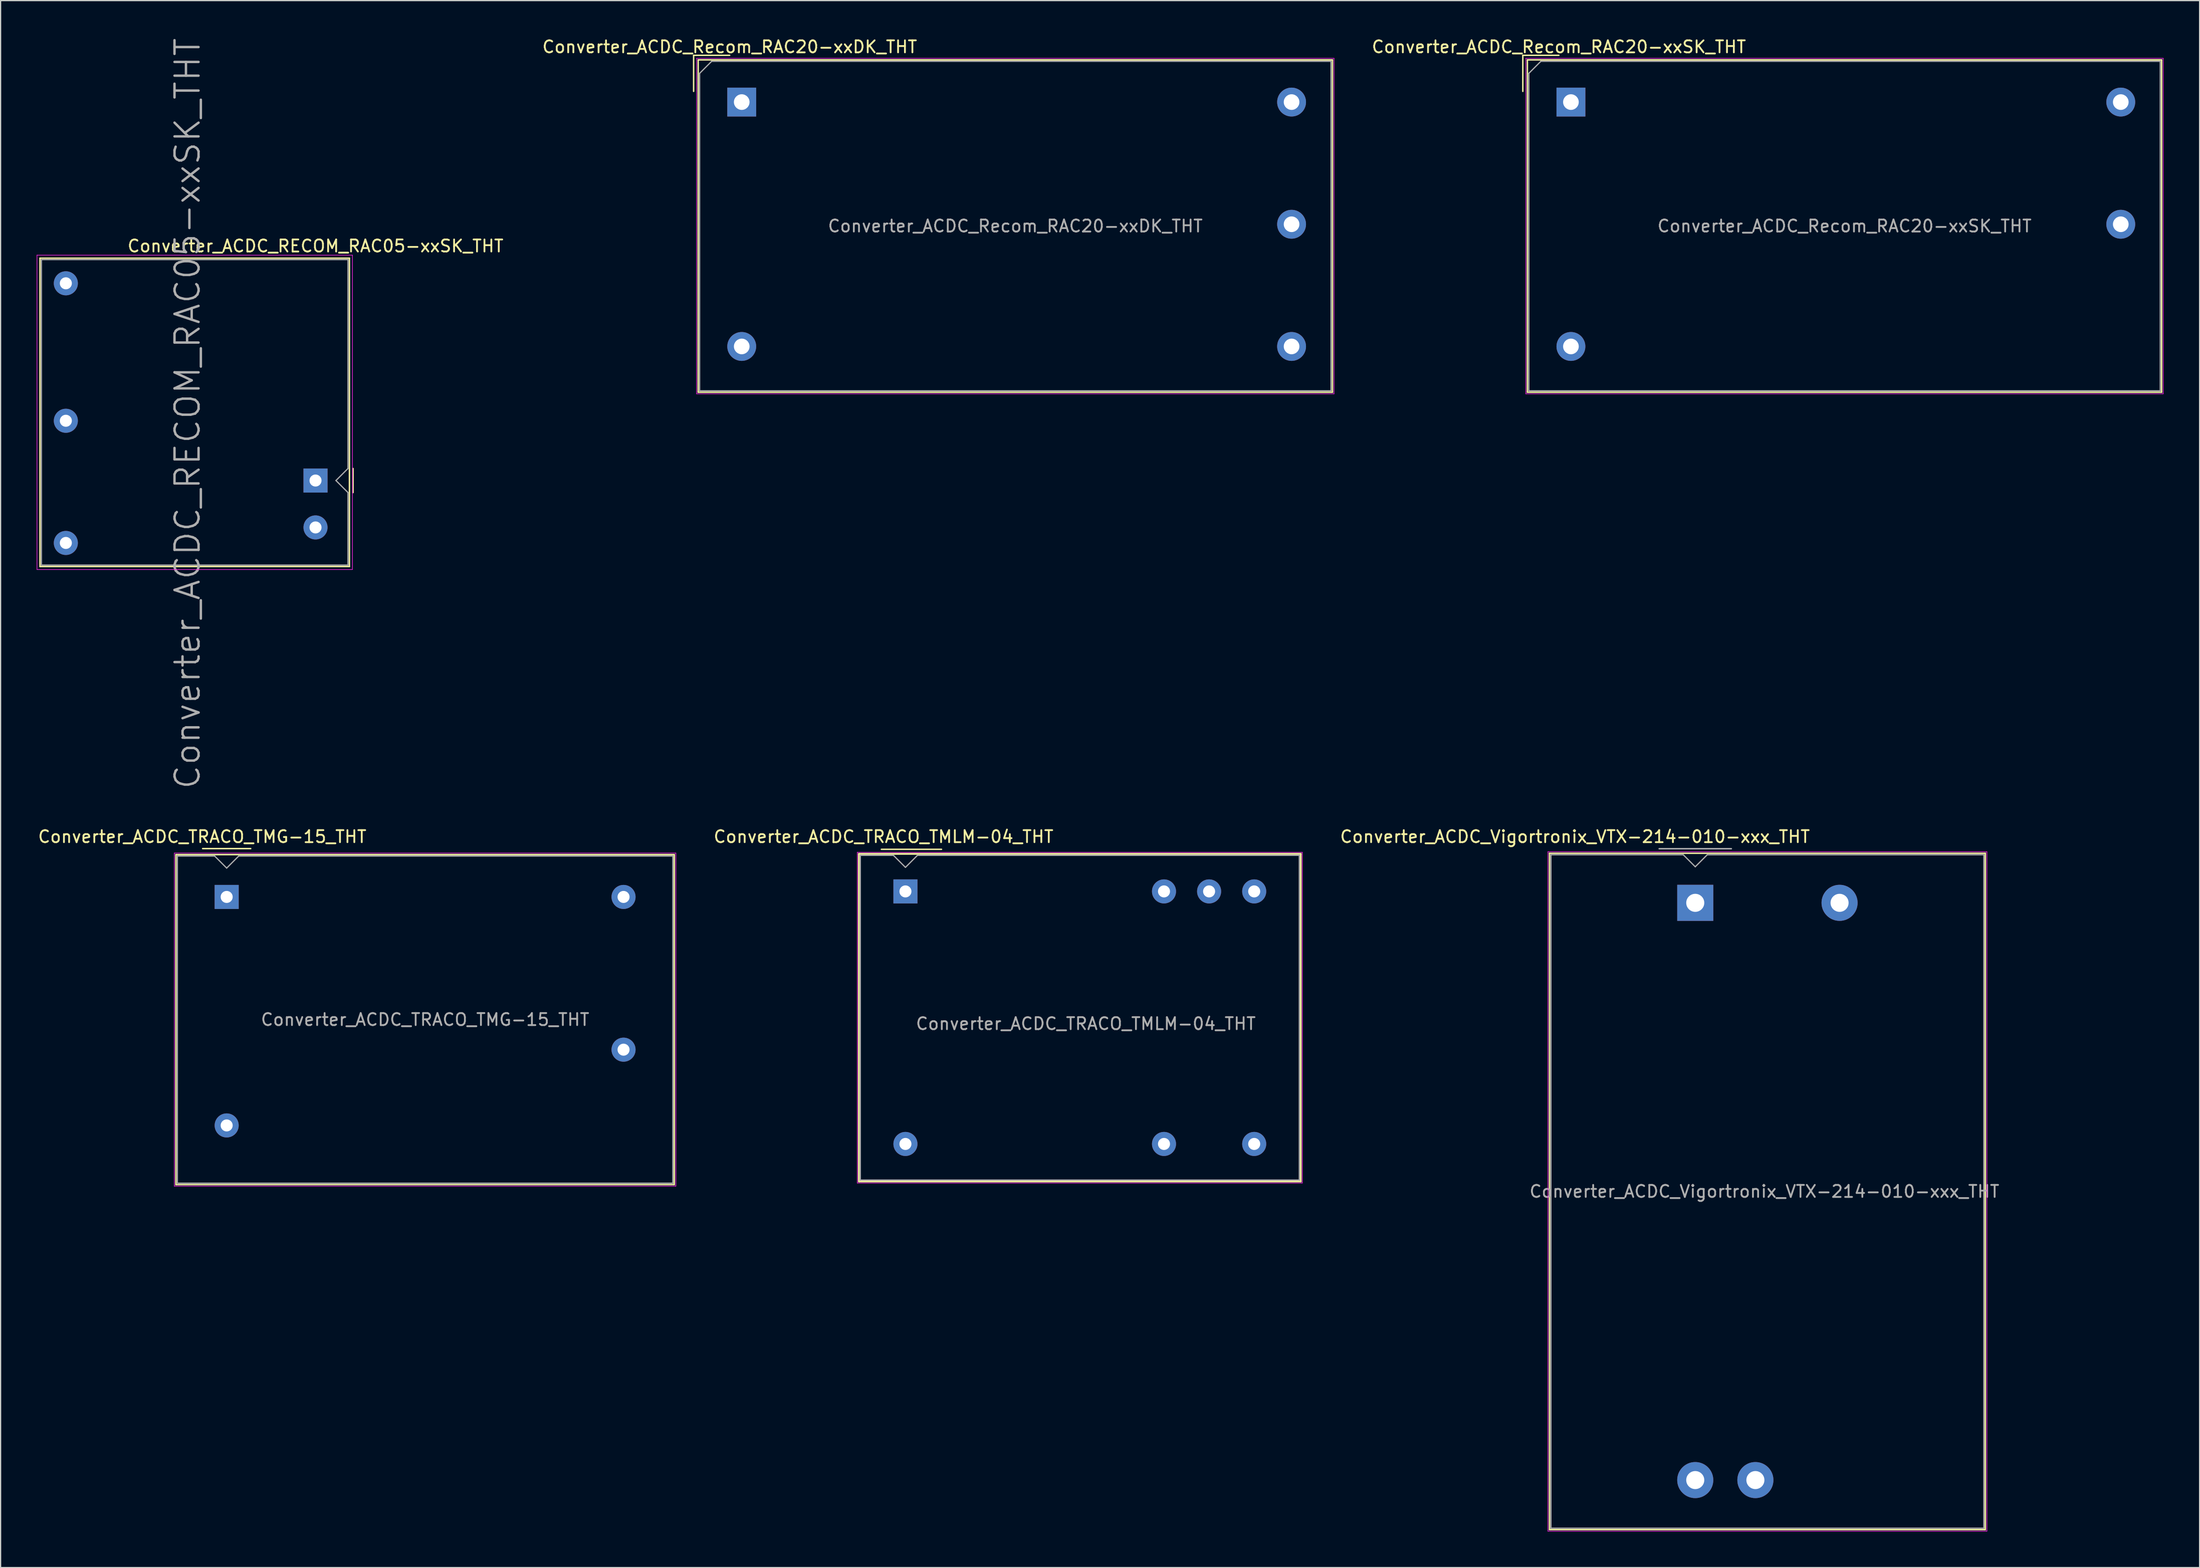
<source format=kicad_pcb>
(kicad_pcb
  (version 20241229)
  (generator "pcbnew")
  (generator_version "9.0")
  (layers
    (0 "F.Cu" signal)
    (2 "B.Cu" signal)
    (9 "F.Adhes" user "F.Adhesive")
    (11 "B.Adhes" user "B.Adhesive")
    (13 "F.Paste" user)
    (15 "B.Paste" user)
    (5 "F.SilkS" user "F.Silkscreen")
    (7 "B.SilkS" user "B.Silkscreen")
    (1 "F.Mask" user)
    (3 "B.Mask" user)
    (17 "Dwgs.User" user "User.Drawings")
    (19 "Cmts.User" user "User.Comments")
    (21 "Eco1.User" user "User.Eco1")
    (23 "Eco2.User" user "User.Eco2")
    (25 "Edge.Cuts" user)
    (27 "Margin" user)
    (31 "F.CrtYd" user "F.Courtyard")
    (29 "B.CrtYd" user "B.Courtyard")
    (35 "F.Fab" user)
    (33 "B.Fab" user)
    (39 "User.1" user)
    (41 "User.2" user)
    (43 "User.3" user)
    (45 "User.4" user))
  (footprint "Converter_ACDC_Recom_RAC20-xxSK_THT"
    (layer "F.Cu")
    (at 127.573 5.438)
    (property "Reference" "Converter_ACDC_Recom_RAC20-xxSK_THT" (at -1 -4.59 0) (layer "F.SilkS") (effects (font (size 1 1) (thickness 0.15))))
    (attr through_hole)
    (fp_line (start -4 -3.89) (end -1 -3.89) (stroke (width 0.12) (type solid)) (layer "F.SilkS"))
    (fp_line (start -4 -0.89) (end -4 -3.89) (stroke (width 0.12) (type solid)) (layer "F.SilkS"))
    (fp_line (start -3.62 -3.51) (end -3.62 24.13) (stroke (width 0.12) (type solid)) (layer "F.SilkS"))
    (fp_line (start -3.62 -3.51) (end 49.12 -3.51) (stroke (width 0.12) (type solid)) (layer "F.SilkS"))
    (fp_line (start -3.62 24.13) (end 49.12 24.13) (stroke (width 0.12) (type solid)) (layer "F.SilkS"))
    (fp_line (start 49.12 -3.51) (end 49.12 24.13) (stroke (width 0.12) (type solid)) (layer "F.SilkS"))
    (fp_line (start -3.75 -3.64) (end -3.75 24.26) (stroke (width 0.05) (type solid)) (layer "F.CrtYd"))
    (fp_line (start -3.75 -3.64) (end 49.25 -3.64) (stroke (width 0.05) (type solid)) (layer "F.CrtYd"))
    (fp_line (start -3.75 24.26) (end 49.25 24.26) (stroke (width 0.05) (type solid)) (layer "F.CrtYd"))
    (fp_line (start 49.25 -3.64) (end 49.25 24.26) (stroke (width 0.05) (type solid)) (layer "F.CrtYd"))
    (fp_line (start -3.5 -2.39) (end -2.5 -3.39) (stroke (width 0.1) (type solid)) (layer "F.Fab"))
    (fp_line (start -3.5 24.01) (end -3.5 -2.39) (stroke (width 0.1) (type solid)) (layer "F.Fab"))
    (fp_line (start -2.5 -3.39) (end 49 -3.39) (stroke (width 0.1) (type solid)) (layer "F.Fab"))
    (fp_line (start 49 -3.39) (end 49 24.01) (stroke (width 0.1) (type solid)) (layer "F.Fab"))
    (fp_line (start 49 24.01) (end -3.5 24.01) (stroke (width 0.1) (type solid)) (layer "F.Fab"))
    (fp_text user "${REFERENCE}" (at 22.75 10.31 0) (layer "F.Fab") (effects (font (size 1 1) (thickness 0.15))))
    (pad "1" thru_hole rect (at 0 0) (size 2.4 2.4) (drill 1.3) (layers "*.Cu" "*.Mask"))
    (pad "2" thru_hole circle (at 0 20.32) (size 2.4 2.4) (drill 1.3) (layers "*.Cu" "*.Mask"))
    (pad "4" thru_hole circle (at 45.72 10.16) (size 2.4 2.4) (drill 1.3) (layers "*.Cu" "*.Mask"))
    (pad "5" thru_hole circle (at 45.72 0) (size 2.4 2.4) (drill 1.3) (layers "*.Cu" "*.Mask")))
  (footprint "Converter_ACDC_TRACO_TMLM-04_THT"
    (layer "F.Cu")
    (at 72.237 71.074)
    (property "Reference" "Converter_ACDC_TRACO_TMLM-04_THT" (at -1.82 -4.55 0) (layer "F.SilkS") (effects (font (size 1 1) (thickness 0.15))))
    (attr through_hole)
    (fp_line (start -3.87 -3.12) (end -3.87 24.12) (stroke (width 0.15) (type solid)) (layer "F.SilkS"))
    (fp_line (start -3.87 -3.12) (end 32.87 -3.12) (stroke (width 0.15) (type solid)) (layer "F.SilkS"))
    (fp_line (start -3.87 24.12) (end 32.87 24.12) (stroke (width 0.15) (type solid)) (layer "F.SilkS"))
    (fp_line (start -2 -3.5) (end 3 -3.5) (stroke (width 0.12) (type solid)) (layer "F.SilkS"))
    (fp_line (start 32.87 -3.12) (end 32.87 24.12) (stroke (width 0.15) (type solid)) (layer "F.SilkS"))
    (fp_line (start -4 -3.25) (end -4 24.25) (stroke (width 0.05) (type solid)) (layer "F.CrtYd"))
    (fp_line (start -4 -3.25) (end 33 -3.25) (stroke (width 0.05) (type solid)) (layer "F.CrtYd"))
    (fp_line (start -4 24.25) (end 33 24.25) (stroke (width 0.05) (type solid)) (layer "F.CrtYd"))
    (fp_line (start 33 -3.25) (end 33 24.25) (stroke (width 0.05) (type solid)) (layer "F.CrtYd"))
    (fp_line (start -3.75 -3) (end -3.75 24) (stroke (width 0.1) (type solid)) (layer "F.Fab"))
    (fp_line (start -1 -3) (end -3.75 -3) (stroke (width 0.1) (type solid)) (layer "F.Fab"))
    (fp_line (start -1 -3) (end 0 -2) (stroke (width 0.1) (type solid)) (layer "F.Fab"))
    (fp_line (start 0 -2) (end 1 -3) (stroke (width 0.1) (type solid)) (layer "F.Fab"))
    (fp_line (start 1 -3) (end 32.75 -3) (stroke (width 0.1) (type solid)) (layer "F.Fab"))
    (fp_line (start 32.75 -3) (end 32.75 24) (stroke (width 0.1) (type solid)) (layer "F.Fab"))
    (fp_line (start 32.75 24) (end -3.75 24) (stroke (width 0.1) (type solid)) (layer "F.Fab"))
    (fp_text user "${REFERENCE}" (at 15 11 0) (layer "F.Fab") (effects (font (size 1 1) (thickness 0.15))))
    (pad "1" thru_hole rect (at 0 0) (size 2 2) (drill 1) (layers "*.Cu" "*.Mask"))
    (pad "2" thru_hole circle (at 21.5 0) (size 2 2) (drill 1) (layers "*.Cu" "*.Mask"))
    (pad "3" thru_hole circle (at 25.25 0) (size 2 2) (drill 1) (layers "*.Cu" "*.Mask"))
    (pad "4" thru_hole circle (at 29 0) (size 2 2) (drill 1) (layers "*.Cu" "*.Mask"))
    (pad "5" thru_hole circle (at 29 21) (size 2 2) (drill 1) (layers "*.Cu" "*.Mask"))
    (pad "6" thru_hole circle (at 21.5 21) (size 2 2) (drill 1) (layers "*.Cu" "*.Mask"))
    (pad "7" thru_hole circle (at 0 21) (size 2 2) (drill 1) (layers "*.Cu" "*.Mask")))
  (footprint "Converter_ACDC_RECOM_RAC05-xxSK_THT"
    (layer "F.Cu")
    (at 23.185 36.908)
    (property "Reference" "Converter_ACDC_RECOM_RAC05-xxSK_THT" (at 0 -19.5 180) (layer "F.SilkS") (effects (font (size 1 1) (thickness 0.15))))
    (attr through_hole)
    (fp_line (start -22.91 -18.49) (end -22.91 7.15) (stroke (width 0.12) (type solid)) (layer "F.SilkS"))
    (fp_line (start 2.82 -18.49) (end -22.91 -18.49) (stroke (width 0.12) (type solid)) (layer "F.SilkS"))
    (fp_line (start 2.82 7.15) (end -22.91 7.15) (stroke (width 0.12) (type solid)) (layer "F.SilkS"))
    (fp_line (start 2.82 7.15) (end 2.82 -18.49) (stroke (width 0.12) (type solid)) (layer "F.SilkS"))
    (fp_line (start 3.12 1) (end 3.12 -1) (stroke (width 0.12) (type solid)) (layer "F.SilkS"))
    (fp_line (start -23.16 -18.74) (end -23.16 7.4) (stroke (width 0.05) (type solid)) (layer "F.CrtYd"))
    (fp_line (start -23.16 7.4) (end 3.07 7.4) (stroke (width 0.05) (type solid)) (layer "F.CrtYd"))
    (fp_line (start 3.07 -18.74) (end -23.16 -18.74) (stroke (width 0.05) (type solid)) (layer "F.CrtYd"))
    (fp_line (start 3.07 -18.74) (end 3.07 7.4) (stroke (width 0.05) (type solid)) (layer "F.CrtYd"))
    (fp_line (start -22.79 -18.37) (end -22.79 7.03) (stroke (width 0.1) (type solid)) (layer "F.Fab"))
    (fp_line (start 2.7 -18.37) (end -22.79 -18.37) (stroke (width 0.1) (type solid)) (layer "F.Fab"))
    (fp_line (start 2.7 -1) (end 1.7 0) (stroke (width 0.1) (type solid)) (layer "F.Fab"))
    (fp_line (start 2.7 -1) (end 2.7 -18.37) (stroke (width 0.1) (type solid)) (layer "F.Fab"))
    (fp_line (start 2.7 1) (end 1.7 0) (stroke (width 0.1) (type solid)) (layer "F.Fab"))
    (fp_line (start 2.7 7.03) (end -22.79 7.03) (stroke (width 0.1) (type solid)) (layer "F.Fab"))
    (fp_line (start 2.7 7.03) (end 2.7 1) (stroke (width 0.1) (type solid)) (layer "F.Fab"))
    (fp_text user "${REFERENCE}" (at -10.64 -5.57 90) (layer "F.Fab") (effects (font (size 2 2) (thickness 0.2))))
    (pad "1" thru_hole rect (at 0 0 270) (size 2 2) (drill 1) (layers "*.Cu" "*.Mask"))
    (pad "2" thru_hole circle (at 0 3.9 270) (size 2 2) (drill 1) (layers "*.Cu" "*.Mask"))
    (pad "3" thru_hole circle (at -20.76 -16.4 180) (size 2 2) (drill 1) (layers "*.Cu" "*.Mask"))
    (pad "4" thru_hole circle (at -20.76 -4.97 270) (size 2 2) (drill 1) (layers "*.Cu" "*.Mask"))
    (pad "5" thru_hole circle (at -20.76 5.19 270) (size 2 2) (drill 1) (layers "*.Cu" "*.Mask")))
  (footprint "Converter_ACDC_TRACO_TMG-15_THT"
    (layer "F.Cu")
    (at 15.798 71.534)
    (property "Reference" "Converter_ACDC_TRACO_TMG-15_THT" (at -2.03 -5.01 0) (layer "F.SilkS") (effects (font (size 1 1) (thickness 0.15))))
    (attr through_hole)
    (fp_line (start -4.22 -3.52) (end 37.22 -3.52) (stroke (width 0.12) (type solid)) (layer "F.SilkS"))
    (fp_line (start -4.22 23.92) (end -4.22 -3.52) (stroke (width 0.12) (type solid)) (layer "F.SilkS"))
    (fp_line (start -2 -4.02) (end 2 -4.02) (stroke (width 0.12) (type solid)) (layer "F.SilkS"))
    (fp_line (start 37.22 -3.52) (end 37.22 23.92) (stroke (width 0.12) (type solid)) (layer "F.SilkS"))
    (fp_line (start 37.22 23.92) (end -4.22 23.92) (stroke (width 0.12) (type solid)) (layer "F.SilkS"))
    (fp_line (start -4.35 -3.65) (end 37.35 -3.65) (stroke (width 0.05) (type solid)) (layer "F.CrtYd"))
    (fp_line (start -4.35 24.05) (end -4.35 -3.65) (stroke (width 0.05) (type solid)) (layer "F.CrtYd"))
    (fp_line (start 37.35 -3.65) (end 37.35 24.05) (stroke (width 0.05) (type solid)) (layer "F.CrtYd"))
    (fp_line (start 37.35 24.05) (end -4.35 24.05) (stroke (width 0.05) (type solid)) (layer "F.CrtYd"))
    (fp_line (start -4.1 -3.4) (end -1 -3.4) (stroke (width 0.1) (type solid)) (layer "F.Fab"))
    (fp_line (start -4.1 23.8) (end -4.1 -3.4) (stroke (width 0.1) (type solid)) (layer "F.Fab"))
    (fp_line (start -1 -3.4) (end 0 -2.4) (stroke (width 0.1) (type solid)) (layer "F.Fab"))
    (fp_line (start 0 -2.4) (end 1 -3.4) (stroke (width 0.1) (type solid)) (layer "F.Fab"))
    (fp_line (start 1 -3.4) (end 37.1 -3.4) (stroke (width 0.1) (type solid)) (layer "F.Fab"))
    (fp_line (start 37.1 -3.4) (end 37.1 23.8) (stroke (width 0.1) (type solid)) (layer "F.Fab"))
    (fp_line (start 37.1 23.8) (end -4.1 23.8) (stroke (width 0.1) (type solid)) (layer "F.Fab"))
    (fp_text user "${REFERENCE}" (at 16.5 10.2 0) (layer "F.Fab") (effects (font (size 1 1) (thickness 0.15))))
    (pad "1" thru_hole rect (at 0 0) (size 2 2) (drill 1) (layers "*.Cu" "*.Mask"))
    (pad "2" thru_hole circle (at 0 19) (size 2 2) (drill 1) (layers "*.Cu" "*.Mask"))
    (pad "3" thru_hole circle (at 33 0) (size 2 2) (drill 1) (layers "*.Cu" "*.Mask"))
    (pad "4" thru_hole circle (at 33 12.7) (size 2 2) (drill 1) (layers "*.Cu" "*.Mask")))
  (footprint "Converter_ACDC_Vigortronix_VTX-214-010-xxx_THT"
    (layer "F.Cu")
    (at 137.911 72.024)
    (property "Reference" "Converter_ACDC_Vigortronix_VTX-214-010-xxx_THT" (at -10 -5.5 0) (layer "F.SilkS") (effects (font (size 1 1) (thickness 0.15))))
    (attr through_hole)
    (fp_line (start -12.12 -4.12) (end 24.12 -4.12) (stroke (width 0.12) (type solid)) (layer "F.SilkS"))
    (fp_line (start -12.12 52.12) (end -12.12 -4.12) (stroke (width 0.12) (type solid)) (layer "F.SilkS"))
    (fp_line (start 24.12 -4.12) (end 24.12 52.12) (stroke (width 0.12) (type solid)) (layer "F.SilkS"))
    (fp_line (start 24.12 52.12) (end -12.12 52.12) (stroke (width 0.12) (type solid)) (layer "F.SilkS"))
    (fp_line (start -12.25 -4.25) (end 24.25 -4.25) (stroke (width 0.05) (type solid)) (layer "F.CrtYd"))
    (fp_line (start -12.25 52.25) (end -12.25 -4.25) (stroke (width 0.05) (type solid)) (layer "F.CrtYd"))
    (fp_line (start 24.25 -4.25) (end 24.25 52.25) (stroke (width 0.05) (type solid)) (layer "F.CrtYd"))
    (fp_line (start 24.25 52.25) (end -12.25 52.25) (stroke (width 0.05) (type solid)) (layer "F.CrtYd"))
    (fp_line (start -12 -4) (end -1 -4) (stroke (width 0.1) (type solid)) (layer "F.Fab"))
    (fp_line (start -12 52) (end -12 -4) (stroke (width 0.1) (type solid)) (layer "F.Fab"))
    (fp_line (start -3 -4.5) (end 3 -4.5) (stroke (width 0.12) (type solid)) (layer "F.Fab"))
    (fp_line (start -1 -4) (end 0 -3) (stroke (width 0.1) (type solid)) (layer "F.Fab"))
    (fp_line (start 0 -3) (end 1 -4) (stroke (width 0.1) (type solid)) (layer "F.Fab"))
    (fp_line (start 1 -4) (end 24 -4) (stroke (width 0.1) (type solid)) (layer "F.Fab"))
    (fp_line (start 24 -4) (end 24 52) (stroke (width 0.1) (type solid)) (layer "F.Fab"))
    (fp_line (start 24 52) (end -12 52) (stroke (width 0.1) (type solid)) (layer "F.Fab"))
    (fp_text user "${REFERENCE}" (at 5.75 24 0) (layer "F.Fab") (effects (font (size 1 1) (thickness 0.15))))
    (pad "1" thru_hole rect (at 0 0) (size 3 3) (drill 1.5) (layers "*.Cu" "*.Mask"))
    (pad "2" thru_hole circle (at 12 0) (size 3 3) (drill 1.5) (layers "*.Cu" "*.Mask"))
    (pad "3" thru_hole circle (at 0 48) (size 3 3) (drill 1.5) (layers "*.Cu" "*.Mask"))
    (pad "4" thru_hole circle (at 5 48) (size 3 3) (drill 1.5) (layers "*.Cu" "*.Mask")))
  (footprint "Converter_ACDC_Recom_RAC20-xxDK_THT"
    (layer "F.Cu")
    (at 58.625 5.438)
    (property "Reference" "Converter_ACDC_Recom_RAC20-xxDK_THT" (at -1 -4.59 0) (layer "F.SilkS") (effects (font (size 1 1) (thickness 0.15))))
    (attr through_hole)
    (fp_line (start -4 -3.89) (end -1 -3.89) (stroke (width 0.12) (type solid)) (layer "F.SilkS"))
    (fp_line (start -4 -0.89) (end -4 -3.89) (stroke (width 0.12) (type solid)) (layer "F.SilkS"))
    (fp_line (start -3.62 -3.51) (end -3.62 24.13) (stroke (width 0.12) (type solid)) (layer "F.SilkS"))
    (fp_line (start -3.62 -3.51) (end 49.12 -3.51) (stroke (width 0.12) (type solid)) (layer "F.SilkS"))
    (fp_line (start -3.62 24.13) (end 49.12 24.13) (stroke (width 0.12) (type solid)) (layer "F.SilkS"))
    (fp_line (start 49.12 -3.51) (end 49.12 24.13) (stroke (width 0.12) (type solid)) (layer "F.SilkS"))
    (fp_line (start -3.75 -3.64) (end -3.75 24.26) (stroke (width 0.05) (type solid)) (layer "F.CrtYd"))
    (fp_line (start -3.75 -3.64) (end 49.25 -3.64) (stroke (width 0.05) (type solid)) (layer "F.CrtYd"))
    (fp_line (start -3.75 24.26) (end 49.25 24.26) (stroke (width 0.05) (type solid)) (layer "F.CrtYd"))
    (fp_line (start 49.25 -3.64) (end 49.25 24.26) (stroke (width 0.05) (type solid)) (layer "F.CrtYd"))
    (fp_line (start -3.5 -2.39) (end -2.5 -3.39) (stroke (width 0.1) (type solid)) (layer "F.Fab"))
    (fp_line (start -3.5 24.01) (end -3.5 -2.39) (stroke (width 0.1) (type solid)) (layer "F.Fab"))
    (fp_line (start -2.5 -3.39) (end 49 -3.39) (stroke (width 0.1) (type solid)) (layer "F.Fab"))
    (fp_line (start 49 -3.39) (end 49 24.01) (stroke (width 0.1) (type solid)) (layer "F.Fab"))
    (fp_line (start 49 24.01) (end -3.5 24.01) (stroke (width 0.1) (type solid)) (layer "F.Fab"))
    (fp_text user "${REFERENCE}" (at 22.75 10.31 0) (layer "F.Fab") (effects (font (size 1 1) (thickness 0.15))))
    (pad "1" thru_hole rect (at 0 0) (size 2.4 2.4) (drill 1.3) (layers "*.Cu" "*.Mask"))
    (pad "2" thru_hole circle (at 0 20.32) (size 2.4 2.4) (drill 1.3) (layers "*.Cu" "*.Mask"))
    (pad "3" thru_hole circle (at 45.72 20.32) (size 2.4 2.4) (drill 1.3) (layers "*.Cu" "*.Mask"))
    (pad "4" thru_hole circle (at 45.72 10.16) (size 2.4 2.4) (drill 1.3) (layers "*.Cu" "*.Mask"))
    (pad "5" thru_hole circle (at 45.72 0) (size 2.4 2.4) (drill 1.3) (layers "*.Cu" "*.Mask")))
  (gr_rect
    (start -3 -3)
    (end 179.848 127.299)
    (stroke (width 0.1) (type default))
    (fill no)
    (layer "Edge.Cuts")))
</source>
